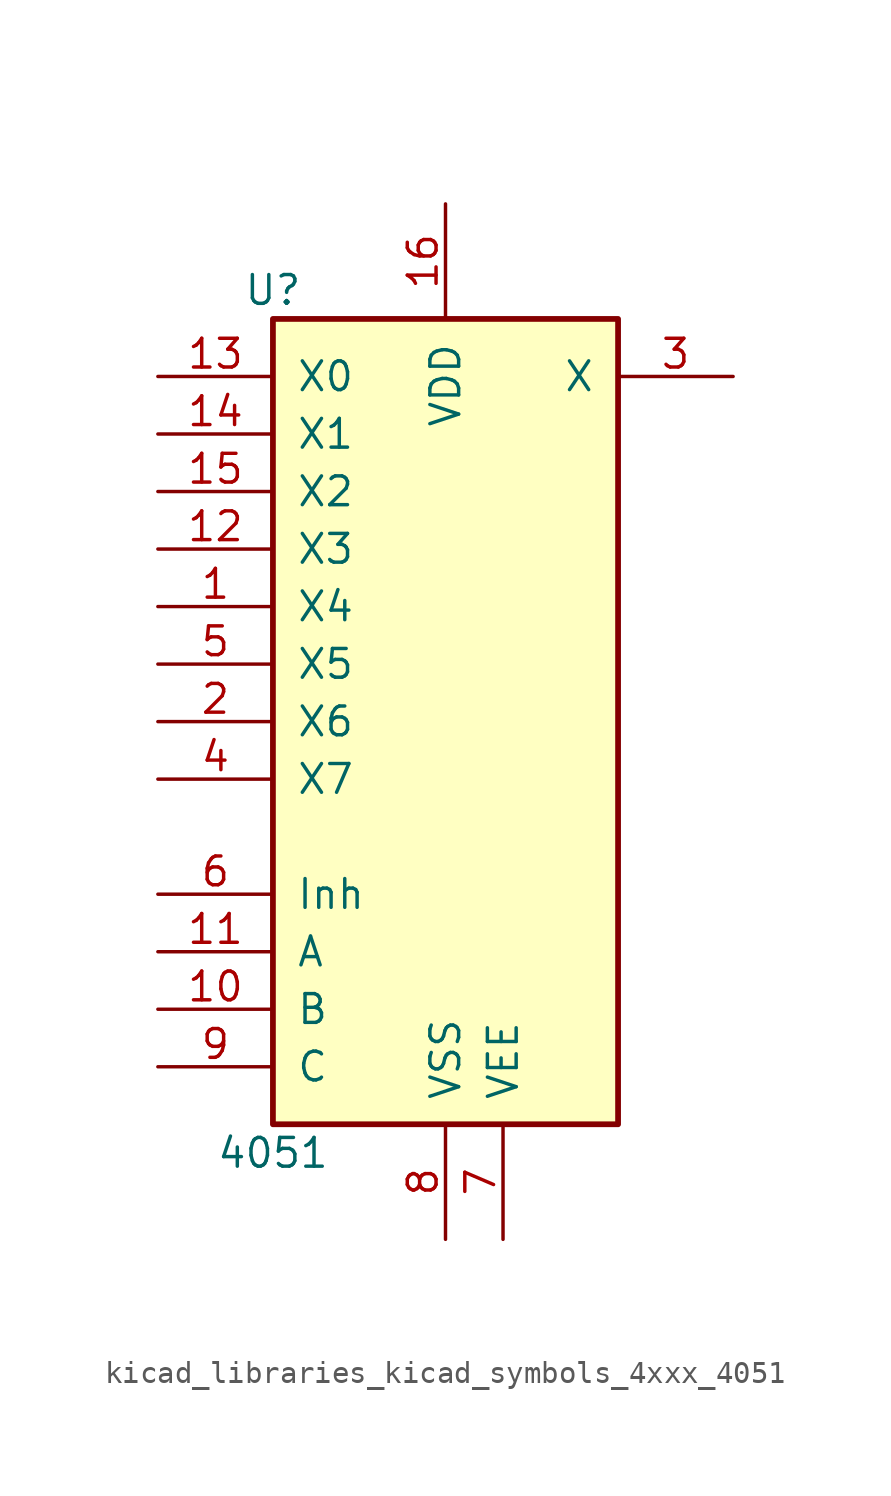
<source format=kicad_sym>
(kicad_symbol_lib
  (version 20220914)
  (generator kicad_symbol_editor)
  (symbol "kicad_libraries_kicad_symbols_4xxx_4051"
    (pin_names
      (offset 1.016))
    (property "Reference" "U"
      (at -7.62 19.05 0)
      (effects (font (size 1.27 1.27))))
    (property "Value" "4051"
      (at -7.62 -19.05 0)
      (effects (font (size 1.27 1.27))))
    (property "ki_locked" ""
      (at 0 0 0)
      (effects (font (size 1.27 1.27))))
    (symbol "kicad_libraries_kicad_symbols_4xxx_4051_1_0"
      (pin passive line (at -12.7 5.08 0) (length 5.08) (name "X4" (effects (font (size 1.27 1.27)))) (number "1" (effects (font (size 1.27 1.27)))))
      (pin input line (at -12.7 -12.7 0) (length 5.08) (name "B" (effects (font (size 1.27 1.27)))) (number "10" (effects (font (size 1.27 1.27)))))
      (pin input line (at -12.7 -10.16 0) (length 5.08) (name "A" (effects (font (size 1.27 1.27)))) (number "11" (effects (font (size 1.27 1.27)))))
      (pin passive line (at -12.7 7.62 0) (length 5.08) (name "X3" (effects (font (size 1.27 1.27)))) (number "12" (effects (font (size 1.27 1.27)))))
      (pin passive line (at -12.7 15.24 0) (length 5.08) (name "X0" (effects (font (size 1.27 1.27)))) (number "13" (effects (font (size 1.27 1.27)))))
      (pin passive line (at -12.7 12.7 0) (length 5.08) (name "X1" (effects (font (size 1.27 1.27)))) (number "14" (effects (font (size 1.27 1.27)))))
      (pin passive line (at -12.7 10.16 0) (length 5.08) (name "X2" (effects (font (size 1.27 1.27)))) (number "15" (effects (font (size 1.27 1.27)))))
      (pin power_in line (at 0 22.86 270) (length 5.08) (name "VDD" (effects (font (size 1.27 1.27)))) (number "16" (effects (font (size 1.27 1.27)))))
      (pin passive line (at -12.7 0 0) (length 5.08) (name "X6" (effects (font (size 1.27 1.27)))) (number "2" (effects (font (size 1.27 1.27)))))
      (pin passive line (at 12.7 15.24 180) (length 5.08) (name "X" (effects (font (size 1.27 1.27)))) (number "3" (effects (font (size 1.27 1.27)))))
      (pin passive line (at -12.7 -2.54 0) (length 5.08) (name "X7" (effects (font (size 1.27 1.27)))) (number "4" (effects (font (size 1.27 1.27)))))
      (pin passive line (at -12.7 2.54 0) (length 5.08) (name "X5" (effects (font (size 1.27 1.27)))) (number "5" (effects (font (size 1.27 1.27)))))
      (pin input line (at -12.7 -7.62 0) (length 5.08) (name "Inh" (effects (font (size 1.27 1.27)))) (number "6" (effects (font (size 1.27 1.27)))))
      (pin power_in line (at 2.54 -22.86 90) (length 5.08) (name "VEE" (effects (font (size 1.27 1.27)))) (number "7" (effects (font (size 1.27 1.27)))))
      (pin power_in line (at 0 -22.86 90) (length 5.08) (name "VSS" (effects (font (size 1.27 1.27)))) (number "8" (effects (font (size 1.27 1.27)))))
      (pin input line (at -12.7 -15.24 0) (length 5.08) (name "C" (effects (font (size 1.27 1.27)))) (number "9" (effects (font (size 1.27 1.27))))))
    (symbol "kicad_libraries_kicad_symbols_4xxx_4051_1_1"
      (rectangle (start -7.62 17.78) (end 7.62 -17.78) (stroke (width 0.254) (type default)) (fill (type background))))))
</source>
